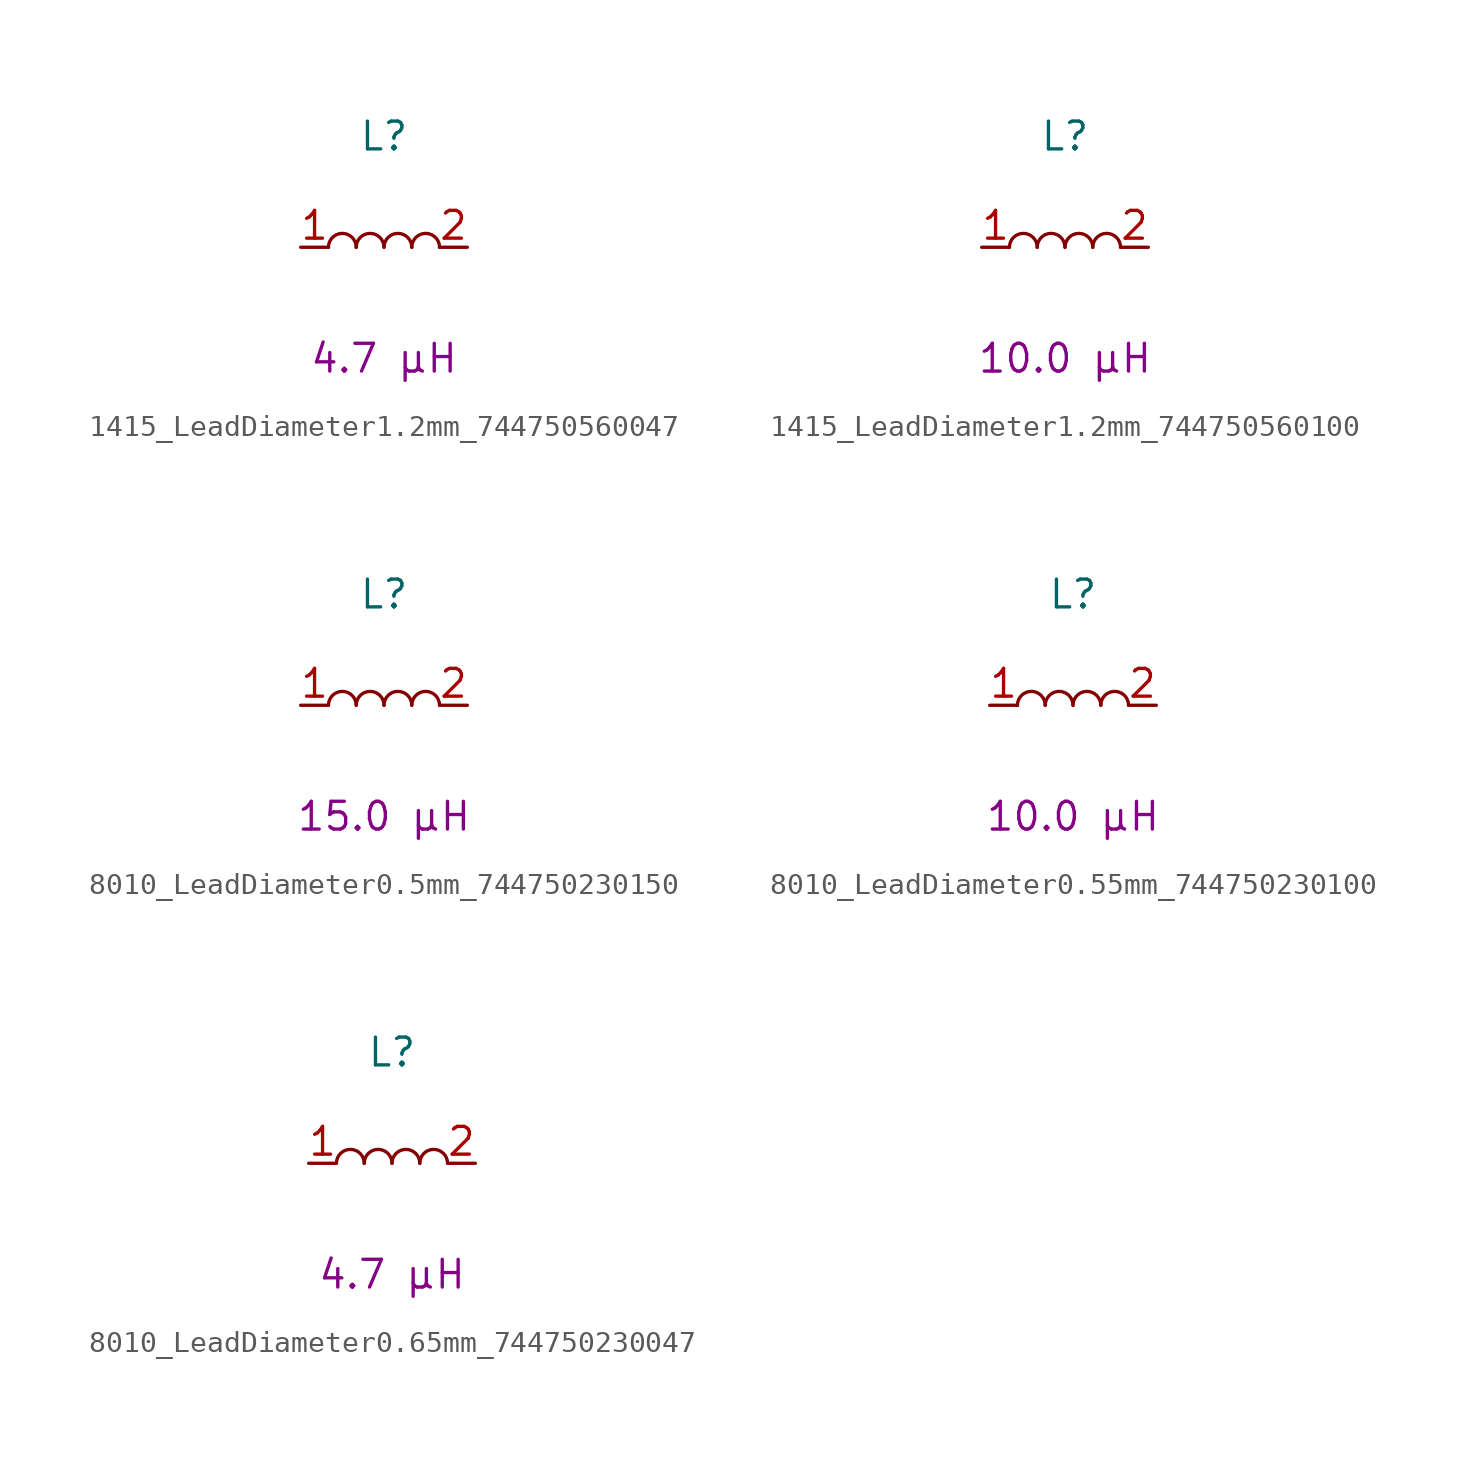
<source format=kicad_sym>
(kicad_symbol_lib
  (version 20220914)
  (generator kicad_symbol_editor)
  (symbol "1415_LeadDiameter1.2mm_744750560047"
    (pin_names hide)
    (property "Reference" "L"
      (at 0 5.08 0)
      (effects (font (size 1.27 1.27))))
    (property "Critical Parameter" "4.7 µH"
      (at 0 -5.08 0)
      (effects (font (size 1.27 1.27))))
    (symbol "1415_LeadDiameter1.2mm_744750560047_0_1"
      (arc (start -1.27 0) (mid -1.905 0.6323) (end -2.54 0) (stroke (width 0) (type default)) (fill (type none)))
      (arc (start 0 0) (mid -0.635 0.6323) (end -1.27 0) (stroke (width 0) (type default)) (fill (type none)))
      (arc (start 1.27 0) (mid 0.635 0.6323) (end 0 0) (stroke (width 0) (type default)) (fill (type none)))
      (arc (start 2.54 0) (mid 1.905 0.6323) (end 1.27 0) (stroke (width 0) (type default)) (fill (type none))))
    (symbol "1415_LeadDiameter1.2mm_744750560047_1_1"
      (pin passive line (at -3.81 0 0) (length 1.27) (name "1" (effects (font (size 1.27 1.27)))) (number "1" (effects (font (size 1.27 1.27)))))
      (pin passive line (at 3.81 0 180) (length 1.27) (name "2" (effects (font (size 1.27 1.27)))) (number "2" (effects (font (size 1.27 1.27)))))))
  (symbol "1415_LeadDiameter1.2mm_744750560100"
    (pin_names hide)
    (property "Reference" "L"
      (at 0 5.08 0)
      (effects (font (size 1.27 1.27))))
    (property "Critical Parameter" "10.0 µH"
      (at 0 -5.08 0)
      (effects (font (size 1.27 1.27))))
    (symbol "1415_LeadDiameter1.2mm_744750560100_0_1"
      (arc (start -1.27 0) (mid -1.905 0.6323) (end -2.54 0) (stroke (width 0) (type default)) (fill (type none)))
      (arc (start 0 0) (mid -0.635 0.6323) (end -1.27 0) (stroke (width 0) (type default)) (fill (type none)))
      (arc (start 1.27 0) (mid 0.635 0.6323) (end 0 0) (stroke (width 0) (type default)) (fill (type none)))
      (arc (start 2.54 0) (mid 1.905 0.6323) (end 1.27 0) (stroke (width 0) (type default)) (fill (type none))))
    (symbol "1415_LeadDiameter1.2mm_744750560100_1_1"
      (pin passive line (at -3.81 0 0) (length 1.27) (name "1" (effects (font (size 1.27 1.27)))) (number "1" (effects (font (size 1.27 1.27)))))
      (pin passive line (at 3.81 0 180) (length 1.27) (name "2" (effects (font (size 1.27 1.27)))) (number "2" (effects (font (size 1.27 1.27)))))))
  (symbol "8010_LeadDiameter0.5mm_744750230150"
    (pin_names hide)
    (property "Reference" "L"
      (at 0 5.08 0)
      (effects (font (size 1.27 1.27))))
    (property "Critical Parameter" "15.0 µH"
      (at 0 -5.08 0)
      (effects (font (size 1.27 1.27))))
    (symbol "8010_LeadDiameter0.5mm_744750230150_0_1"
      (arc (start -1.27 0) (mid -1.905 0.6323) (end -2.54 0) (stroke (width 0) (type default)) (fill (type none)))
      (arc (start 0 0) (mid -0.635 0.6323) (end -1.27 0) (stroke (width 0) (type default)) (fill (type none)))
      (arc (start 1.27 0) (mid 0.635 0.6323) (end 0 0) (stroke (width 0) (type default)) (fill (type none)))
      (arc (start 2.54 0) (mid 1.905 0.6323) (end 1.27 0) (stroke (width 0) (type default)) (fill (type none))))
    (symbol "8010_LeadDiameter0.5mm_744750230150_1_1"
      (pin passive line (at -3.81 0 0) (length 1.27) (name "1" (effects (font (size 1.27 1.27)))) (number "1" (effects (font (size 1.27 1.27)))))
      (pin passive line (at 3.81 0 180) (length 1.27) (name "2" (effects (font (size 1.27 1.27)))) (number "2" (effects (font (size 1.27 1.27)))))))
  (symbol "8010_LeadDiameter0.55mm_744750230100"
    (pin_names hide)
    (property "Reference" "L"
      (at 0 5.08 0)
      (effects (font (size 1.27 1.27))))
    (property "Critical Parameter" "10.0 µH"
      (at 0 -5.08 0)
      (effects (font (size 1.27 1.27))))
    (symbol "8010_LeadDiameter0.55mm_744750230100_0_1"
      (arc (start -1.27 0) (mid -1.905 0.6323) (end -2.54 0) (stroke (width 0) (type default)) (fill (type none)))
      (arc (start 0 0) (mid -0.635 0.6323) (end -1.27 0) (stroke (width 0) (type default)) (fill (type none)))
      (arc (start 1.27 0) (mid 0.635 0.6323) (end 0 0) (stroke (width 0) (type default)) (fill (type none)))
      (arc (start 2.54 0) (mid 1.905 0.6323) (end 1.27 0) (stroke (width 0) (type default)) (fill (type none))))
    (symbol "8010_LeadDiameter0.55mm_744750230100_1_1"
      (pin passive line (at -3.81 0 0) (length 1.27) (name "1" (effects (font (size 1.27 1.27)))) (number "1" (effects (font (size 1.27 1.27)))))
      (pin passive line (at 3.81 0 180) (length 1.27) (name "2" (effects (font (size 1.27 1.27)))) (number "2" (effects (font (size 1.27 1.27)))))))
  (symbol "8010_LeadDiameter0.65mm_744750230047"
    (pin_names hide)
    (property "Reference" "L"
      (at 0 5.08 0)
      (effects (font (size 1.27 1.27))))
    (property "Critical Parameter" "4.7 µH"
      (at 0 -5.08 0)
      (effects (font (size 1.27 1.27))))
    (symbol "8010_LeadDiameter0.65mm_744750230047_0_1"
      (arc (start -1.27 0) (mid -1.905 0.6323) (end -2.54 0) (stroke (width 0) (type default)) (fill (type none)))
      (arc (start 0 0) (mid -0.635 0.6323) (end -1.27 0) (stroke (width 0) (type default)) (fill (type none)))
      (arc (start 1.27 0) (mid 0.635 0.6323) (end 0 0) (stroke (width 0) (type default)) (fill (type none)))
      (arc (start 2.54 0) (mid 1.905 0.6323) (end 1.27 0) (stroke (width 0) (type default)) (fill (type none))))
    (symbol "8010_LeadDiameter0.65mm_744750230047_1_1"
      (pin passive line (at -3.81 0 0) (length 1.27) (name "1" (effects (font (size 1.27 1.27)))) (number "1" (effects (font (size 1.27 1.27)))))
      (pin passive line (at 3.81 0 180) (length 1.27) (name "2" (effects (font (size 1.27 1.27)))) (number "2" (effects (font (size 1.27 1.27))))))))
</source>
